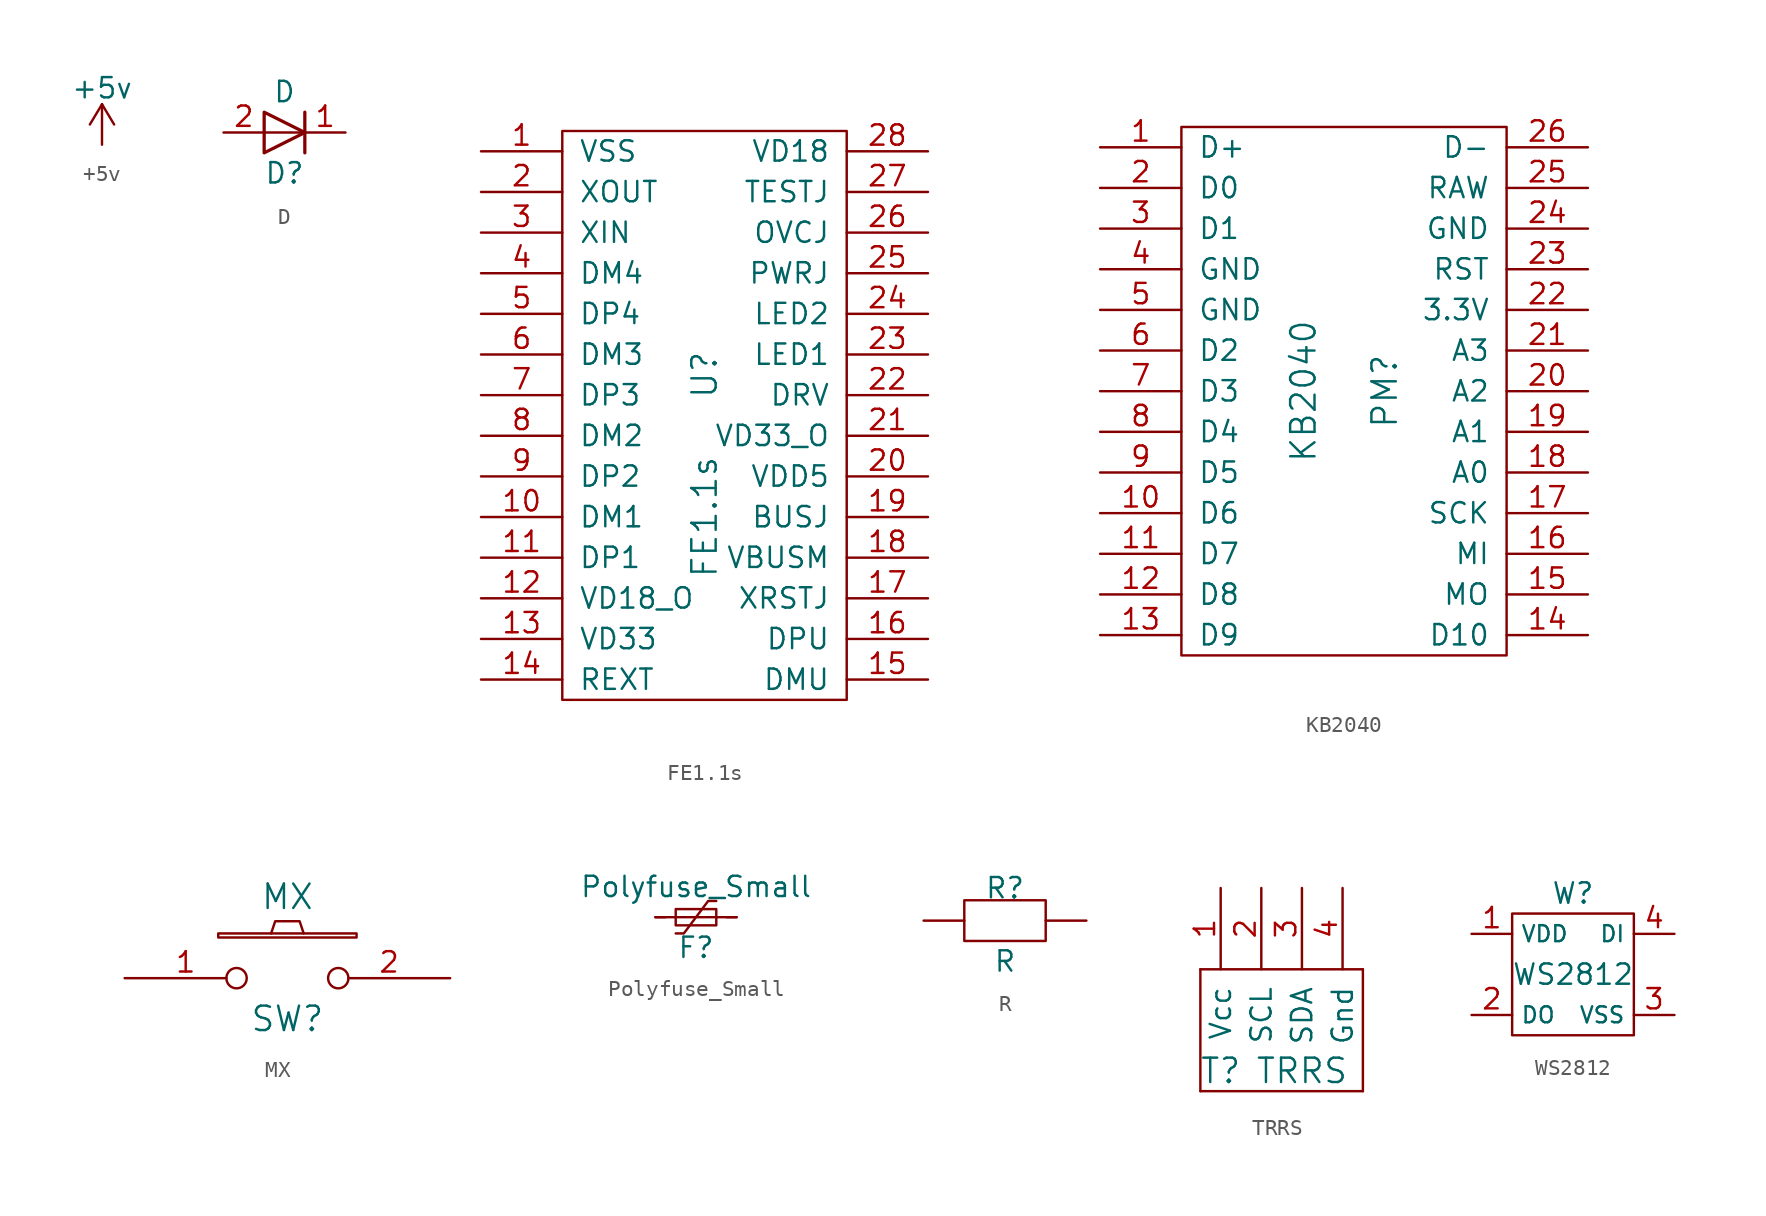
<source format=kicad_sym>
(kicad_symbol_lib
  (version 20211014)
  (generator kicad_symbol_editor)
  (symbol "+5v"
    (power)
    (pin_names
      (offset 0))
    (property "Reference" "#PWR"
      (at 0 -3.81 0)
      (effects (font (size 1.27 1.27)) hide))
    (property "Value" "+5v"
      (at 0 3.556 0)
      (effects (font (size 1.27 1.27))))
    (symbol "+5v_0_1"
      (polyline (pts (xy -0.762 1.27) (xy 0 2.54)) (stroke (width 0) (type default) (color 0 0 0 0)) (fill (type none)))
      (polyline (pts (xy 0 0) (xy 0 2.54)) (stroke (width 0) (type default) (color 0 0 0 0)) (fill (type none)))
      (polyline (pts (xy 0 2.54) (xy 0.762 1.27)) (stroke (width 0) (type default) (color 0 0 0 0)) (fill (type none))))
    (symbol "+5v_1_1"
      (pin power_in line (at 0 0 90) (length 0) hide (name "+5v" (effects (font (size 1.27 1.27)))) (number "1" (effects (font (size 1.27 1.27)))))))
  (symbol "D"
    (pin_names
      (offset 1.016) hide)
    (property "Reference" "D"
      (at 0 -2.54 0)
      (effects (font (size 1.27 1.27))))
    (property "Value" "D"
      (at 0 2.54 0)
      (effects (font (size 1.27 1.27))))
    (property "Footprint" ""
      (at 0 0 0)
      (effects (font (size 1.27 1.27))))
    (property "Datasheet" ""
      (at 0 0 0)
      (effects (font (size 1.27 1.27))))
    (symbol "D_1_1"
      (polyline (pts (xy -1.27 0) (xy 1.27 0)) (stroke (width 0) (type default) (color 0 0 0 0)) (fill (type none)))
      (polyline (pts (xy 1.27 -1.27) (xy 1.27 1.27)) (stroke (width 0.203) (type default) (color 0 0 0 0)) (fill (type none)))
      (polyline (pts (xy -1.27 -1.27) (xy -1.27 1.27) (xy 1.27 0) (xy -1.27 -1.27)) (stroke (width 0.203) (type default) (color 0 0 0 0)) (fill (type none)))
      (pin passive line (at 3.81 0 180) (length 2.54) (name "C" (effects (font (size 1.27 1.27)))) (number "1" (effects (font (size 1.27 1.27)))))
      (pin passive line (at -3.81 0 0) (length 2.54) (name "A" (effects (font (size 1.27 1.27)))) (number "2" (effects (font (size 1.27 1.27)))))))
  (symbol "FE1.1s"
    (pin_names
      (offset 1.016))
    (property "Reference" "U"
      (at 1.27 -3.81 90)
      (effects (font (size 1.524 1.524))))
    (property "Value" "FE1.1s"
      (at 1.27 -12.7 90)
      (effects (font (size 1.524 1.524))))
    (symbol "FE1.1s_0_1"
      (rectangle (start -7.62 11.43) (end 10.16 -24.13) (stroke (width 0) (type default) (color 0 0 0 0)) (fill (type none))))
    (symbol "FE1.1s_1_1"
      (pin input line (at -12.7 10.16 0) (length 5.08) (name "VSS" (effects (font (size 1.27 1.27)))) (number "1" (effects (font (size 1.27 1.27)))))
      (pin input line (at -12.7 -12.7 0) (length 5.08) (name "DM1" (effects (font (size 1.27 1.27)))) (number "10" (effects (font (size 1.27 1.27)))))
      (pin input line (at -12.7 -15.24 0) (length 5.08) (name "DP1" (effects (font (size 1.27 1.27)))) (number "11" (effects (font (size 1.27 1.27)))))
      (pin input line (at -12.7 -17.78 0) (length 5.08) (name "VD18_O" (effects (font (size 1.27 1.27)))) (number "12" (effects (font (size 1.27 1.27)))))
      (pin input line (at -12.7 -20.32 0) (length 5.08) (name "VD33" (effects (font (size 1.27 1.27)))) (number "13" (effects (font (size 1.27 1.27)))))
      (pin input line (at -12.7 -22.86 0) (length 5.08) (name "REXT" (effects (font (size 1.27 1.27)))) (number "14" (effects (font (size 1.27 1.27)))))
      (pin input line (at 15.24 -22.86 180) (length 5.08) (name "DMU" (effects (font (size 1.27 1.27)))) (number "15" (effects (font (size 1.27 1.27)))))
      (pin input line (at 15.24 -20.32 180) (length 5.08) (name "DPU" (effects (font (size 1.27 1.27)))) (number "16" (effects (font (size 1.27 1.27)))))
      (pin input line (at 15.24 -17.78 180) (length 5.08) (name "XRSTJ" (effects (font (size 1.27 1.27)))) (number "17" (effects (font (size 1.27 1.27)))))
      (pin input line (at 15.24 -15.24 180) (length 5.08) (name "VBUSM" (effects (font (size 1.27 1.27)))) (number "18" (effects (font (size 1.27 1.27)))))
      (pin input line (at 15.24 -12.7 180) (length 5.08) (name "BUSJ" (effects (font (size 1.27 1.27)))) (number "19" (effects (font (size 1.27 1.27)))))
      (pin input line (at -12.7 7.62 0) (length 5.08) (name "XOUT" (effects (font (size 1.27 1.27)))) (number "2" (effects (font (size 1.27 1.27)))))
      (pin input line (at 15.24 -10.16 180) (length 5.08) (name "VDD5" (effects (font (size 1.27 1.27)))) (number "20" (effects (font (size 1.27 1.27)))))
      (pin input line (at 15.24 -7.62 180) (length 5.08) (name "VD33_O" (effects (font (size 1.27 1.27)))) (number "21" (effects (font (size 1.27 1.27)))))
      (pin input line (at 15.24 -5.08 180) (length 5.08) (name "DRV" (effects (font (size 1.27 1.27)))) (number "22" (effects (font (size 1.27 1.27)))))
      (pin input line (at 15.24 -2.54 180) (length 5.08) (name "LED1" (effects (font (size 1.27 1.27)))) (number "23" (effects (font (size 1.27 1.27)))))
      (pin input line (at 15.24 0 180) (length 5.08) (name "LED2" (effects (font (size 1.27 1.27)))) (number "24" (effects (font (size 1.27 1.27)))))
      (pin input line (at 15.24 2.54 180) (length 5.08) (name "PWRJ" (effects (font (size 1.27 1.27)))) (number "25" (effects (font (size 1.27 1.27)))))
      (pin input line (at 15.24 5.08 180) (length 5.08) (name "OVCJ" (effects (font (size 1.27 1.27)))) (number "26" (effects (font (size 1.27 1.27)))))
      (pin input line (at 15.24 7.62 180) (length 5.08) (name "TESTJ" (effects (font (size 1.27 1.27)))) (number "27" (effects (font (size 1.27 1.27)))))
      (pin input line (at 15.24 10.16 180) (length 5.08) (name "VD18" (effects (font (size 1.27 1.27)))) (number "28" (effects (font (size 1.27 1.27)))))
      (pin input line (at -12.7 5.08 0) (length 5.08) (name "XIN" (effects (font (size 1.27 1.27)))) (number "3" (effects (font (size 1.27 1.27)))))
      (pin input line (at -12.7 2.54 0) (length 5.08) (name "DM4" (effects (font (size 1.27 1.27)))) (number "4" (effects (font (size 1.27 1.27)))))
      (pin input line (at -12.7 0 0) (length 5.08) (name "DP4" (effects (font (size 1.27 1.27)))) (number "5" (effects (font (size 1.27 1.27)))))
      (pin input line (at -12.7 -2.54 0) (length 5.08) (name "DM3" (effects (font (size 1.27 1.27)))) (number "6" (effects (font (size 1.27 1.27)))))
      (pin input line (at -12.7 -5.08 0) (length 5.08) (name "DP3" (effects (font (size 1.27 1.27)))) (number "7" (effects (font (size 1.27 1.27)))))
      (pin input line (at -12.7 -7.62 0) (length 5.08) (name "DM2" (effects (font (size 1.27 1.27)))) (number "8" (effects (font (size 1.27 1.27)))))
      (pin input line (at -12.7 -10.16 0) (length 5.08) (name "DP2" (effects (font (size 1.27 1.27)))) (number "9" (effects (font (size 1.27 1.27)))))))
  (symbol "KB2040"
    (pin_names
      (offset 1.016))
    (property "Reference" "PM"
      (at 2.54 0 90)
      (effects (font (size 1.524 1.524))))
    (property "Value" "KB2040"
      (at -2.54 0 90)
      (effects (font (size 1.524 1.524))))
    (property "Datasheet" ""
      (at 0 1.27 0)
      (effects (font (size 1.524 1.524))))
    (symbol "KB2040_0_1"
      (rectangle (start -10.16 16.51) (end 10.16 -16.51) (stroke (width 0) (type default) (color 0 0 0 0)) (fill (type none))))
    (symbol "KB2040_1_1"
      (pin passive line (at -15.24 15.24 0) (length 5.08) (name "D+" (effects (font (size 1.27 1.27)))) (number "1" (effects (font (size 1.27 1.27)))))
      (pin passive line (at -15.24 -7.62 0) (length 5.08) (name "D6" (effects (font (size 1.27 1.27)))) (number "10" (effects (font (size 1.27 1.27)))))
      (pin passive line (at -15.24 -10.16 0) (length 5.08) (name "D7" (effects (font (size 1.27 1.27)))) (number "11" (effects (font (size 1.27 1.27)))))
      (pin passive line (at -15.24 -12.7 0) (length 5.08) (name "D8" (effects (font (size 1.27 1.27)))) (number "12" (effects (font (size 1.27 1.27)))))
      (pin passive line (at -15.24 -15.24 0) (length 5.08) (name "D9" (effects (font (size 1.27 1.27)))) (number "13" (effects (font (size 1.27 1.27)))))
      (pin passive line (at 15.24 -15.24 180) (length 5.08) (name "D10" (effects (font (size 1.27 1.27)))) (number "14" (effects (font (size 1.27 1.27)))))
      (pin passive line (at 15.24 -12.7 180) (length 5.08) (name "MO" (effects (font (size 1.27 1.27)))) (number "15" (effects (font (size 1.27 1.27)))))
      (pin passive line (at 15.24 -10.16 180) (length 5.08) (name "MI" (effects (font (size 1.27 1.27)))) (number "16" (effects (font (size 1.27 1.27)))))
      (pin passive line (at 15.24 -7.62 180) (length 5.08) (name "SCK" (effects (font (size 1.27 1.27)))) (number "17" (effects (font (size 1.27 1.27)))))
      (pin passive line (at 15.24 -5.08 180) (length 5.08) (name "A0" (effects (font (size 1.27 1.27)))) (number "18" (effects (font (size 1.27 1.27)))))
      (pin passive line (at 15.24 -2.54 180) (length 5.08) (name "A1" (effects (font (size 1.27 1.27)))) (number "19" (effects (font (size 1.27 1.27)))))
      (pin passive line (at -15.24 12.7 0) (length 5.08) (name "D0" (effects (font (size 1.27 1.27)))) (number "2" (effects (font (size 1.27 1.27)))))
      (pin passive line (at 15.24 0 180) (length 5.08) (name "A2" (effects (font (size 1.27 1.27)))) (number "20" (effects (font (size 1.27 1.27)))))
      (pin passive line (at 15.24 2.54 180) (length 5.08) (name "A3" (effects (font (size 1.27 1.27)))) (number "21" (effects (font (size 1.27 1.27)))))
      (pin passive line (at 15.24 5.08 180) (length 5.08) (name "3.3V" (effects (font (size 1.27 1.27)))) (number "22" (effects (font (size 1.27 1.27)))))
      (pin passive line (at 15.24 7.62 180) (length 5.08) (name "RST" (effects (font (size 1.27 1.27)))) (number "23" (effects (font (size 1.27 1.27)))))
      (pin passive line (at 15.24 10.16 180) (length 5.08) (name "GND" (effects (font (size 1.27 1.27)))) (number "24" (effects (font (size 1.27 1.27)))))
      (pin passive line (at 15.24 12.7 180) (length 5.08) (name "RAW" (effects (font (size 1.27 1.27)))) (number "25" (effects (font (size 1.27 1.27)))))
      (pin passive line (at 15.24 15.24 180) (length 5.08) (name "D-" (effects (font (size 1.27 1.27)))) (number "26" (effects (font (size 1.27 1.27)))))
      (pin passive line (at -15.24 10.16 0) (length 5.08) (name "D1" (effects (font (size 1.27 1.27)))) (number "3" (effects (font (size 1.27 1.27)))))
      (pin passive line (at -15.24 7.62 0) (length 5.08) (name "GND" (effects (font (size 1.27 1.27)))) (number "4" (effects (font (size 1.27 1.27)))))
      (pin passive line (at -15.24 5.08 0) (length 5.08) (name "GND" (effects (font (size 1.27 1.27)))) (number "5" (effects (font (size 1.27 1.27)))))
      (pin passive line (at -15.24 2.54 0) (length 5.08) (name "D2" (effects (font (size 1.27 1.27)))) (number "6" (effects (font (size 1.27 1.27)))))
      (pin passive line (at -15.24 0 0) (length 5.08) (name "D3" (effects (font (size 1.27 1.27)))) (number "7" (effects (font (size 1.27 1.27)))))
      (pin passive line (at -15.24 -2.54 0) (length 5.08) (name "D4" (effects (font (size 1.27 1.27)))) (number "8" (effects (font (size 1.27 1.27)))))
      (pin passive line (at -15.24 -5.08 0) (length 5.08) (name "D5" (effects (font (size 1.27 1.27)))) (number "9" (effects (font (size 1.27 1.27)))))))
  (symbol "MX"
    (pin_names
      (offset 1.016))
    (property "Reference" "SW"
      (at 0 -2.54 0)
      (effects (font (size 1.524 1.524))))
    (property "Value" "MX"
      (at 0 5.08 0)
      (effects (font (size 1.524 1.524))))
    (property "Datasheet" ""
      (at -11.43 1.27 0)
      (effects (font (size 1.524 1.524))))
    (symbol "MX_1_1"
      (rectangle (start -4.318 2.54) (end 4.318 2.794) (stroke (width 0) (type default) (color 0 0 0 0)) (fill (type none)))
      (polyline (pts (xy -1.016 2.794) (xy -0.762 3.556) (xy 0.762 3.556) (xy 1.016 2.794)) (stroke (width 0) (type default) (color 0 0 0 0)) (fill (type none)))
      (pin passive inverted (at -10.16 0 0) (length 7.62) (name "~" (effects (font (size 1.27 1.27)))) (number "1" (effects (font (size 1.27 1.27)))))
      (pin passive inverted (at 10.16 0 180) (length 7.62) (name "~" (effects (font (size 1.27 1.27)))) (number "2" (effects (font (size 1.27 1.27)))))))
  (symbol "Polyfuse_Small"
    (pin_numbers hide)
    (pin_names
      (offset 0))
    (property "Reference" "F"
      (at 0 -1.905 0)
      (effects (font (size 1.27 1.27))))
    (property "Value" "Polyfuse_Small"
      (at 0 1.905 0)
      (effects (font (size 1.27 1.27))))
    (symbol "Polyfuse_Small_0_1"
      (rectangle (start -1.27 -0.508) (end 1.27 0.508) (stroke (width 0) (type default) (color 0 0 0 0)) (fill (type none)))
      (polyline (pts (xy -2.54 0) (xy 2.54 0)) (stroke (width 0) (type default) (color 0 0 0 0)) (fill (type none)))
      (polyline (pts (xy -1.27 -1.016) (xy -0.762 -1.016) (xy 0.762 1.016) (xy 1.27 1.016)) (stroke (width 0) (type default) (color 0 0 0 0)) (fill (type none))))
    (symbol "Polyfuse_Small_1_1"
      (pin passive line (at -2.54 0 0) (length 0.635) (name "~" (effects (font (size 1.27 1.27)))) (number "1" (effects (font (size 1.27 1.27)))))
      (pin passive line (at 2.54 0 180) (length 0.635) (name "~" (effects (font (size 1.27 1.27)))) (number "2" (effects (font (size 1.27 1.27)))))))
  (symbol "R"
    (pin_numbers hide)
    (pin_names
      (offset 0))
    (property "Reference" "R"
      (at 0 2.032 0)
      (effects (font (size 1.27 1.27))))
    (property "Value" "R"
      (at 0 -2.54 0)
      (effects (font (size 1.27 1.27))))
    (property "Footprint" ""
      (at 0 0 90)
      (effects (font (size 1.524 1.524))))
    (property "Datasheet" ""
      (at 0 0 90)
      (effects (font (size 1.524 1.524))))
    (symbol "R_0_1"
      (rectangle (start -2.54 1.27) (end 2.54 -1.27) (stroke (width 0) (type default) (color 0 0 0 0)) (fill (type none))))
    (symbol "R_1_1"
      (pin passive line (at -5.08 0 0) (length 2.54) (name "~" (effects (font (size 1.524 1.524)))) (number "1" (effects (font (size 1.524 1.524)))))
      (pin passive line (at 5.08 0 180) (length 2.54) (name "~" (effects (font (size 1.524 1.524)))) (number "2" (effects (font (size 1.524 1.524)))))))
  (symbol "TRRS"
    (pin_names
      (offset 1.016))
    (property "Reference" "T"
      (at -3.81 0 0)
      (effects (font (size 1.524 1.524))))
    (property "Value" "TRRS"
      (at 1.27 0 0)
      (effects (font (size 1.524 1.524))))
    (symbol "TRRS_0_1"
      (rectangle (start -5.08 6.35) (end -5.08 -1.27) (stroke (width 0) (type default) (color 0 0 0 0)) (fill (type none)))
      (rectangle (start -5.08 6.35) (end 5.08 6.35) (stroke (width 0) (type default) (color 0 0 0 0)) (fill (type none)))
      (rectangle (start 5.08 -1.27) (end -5.08 -1.27) (stroke (width 0) (type default) (color 0 0 0 0)) (fill (type none)))
      (rectangle (start 5.08 6.35) (end 5.08 -1.27) (stroke (width 0) (type default) (color 0 0 0 0)) (fill (type none))))
    (symbol "TRRS_1_1"
      (pin input line (at -3.81 11.43 270) (length 5.08) (name "Vcc" (effects (font (size 1.27 1.27)))) (number "1" (effects (font (size 1.27 1.27)))))
      (pin input line (at -1.27 11.43 270) (length 5.08) (name "SCL" (effects (font (size 1.27 1.27)))) (number "2" (effects (font (size 1.27 1.27)))))
      (pin input line (at 1.27 11.43 270) (length 5.08) (name "SDA" (effects (font (size 1.27 1.27)))) (number "3" (effects (font (size 1.27 1.27)))))
      (pin input line (at 3.81 11.43 270) (length 5.08) (name "Gnd" (effects (font (size 1.27 1.27)))) (number "4" (effects (font (size 1.27 1.27)))))))
  (symbol "WS2812"
    (property "Reference" "W"
      (at 0 5.08 0)
      (effects (font (size 1.27 1.27))))
    (property "Value" "WS2812"
      (at 0 0 0)
      (effects (font (size 1.27 1.27))))
    (symbol "WS2812_1_1"
      (rectangle (start -3.81 3.81) (end 3.81 -3.81) (stroke (width 0.152) (type default) (color 0 0 0 0)) (fill (type none)))
      (pin bidirectional line (at -6.35 2.54 0) (length 2.54) (name "VDD" (effects (font (size 1 1)))) (number "1" (effects (font (size 1.27 1.27)))))
      (pin bidirectional line (at -6.35 -2.54 0) (length 2.54) (name "DO" (effects (font (size 1 1)))) (number "2" (effects (font (size 1.27 1.27)))))
      (pin bidirectional line (at 6.35 -2.54 180) (length 2.54) (name "VSS" (effects (font (size 1 1)))) (number "3" (effects (font (size 1.27 1.27)))))
      (pin bidirectional line (at 6.35 2.54 180) (length 2.54) (name "DI" (effects (font (size 1 1)))) (number "4" (effects (font (size 1.27 1.27))))))))
</source>
